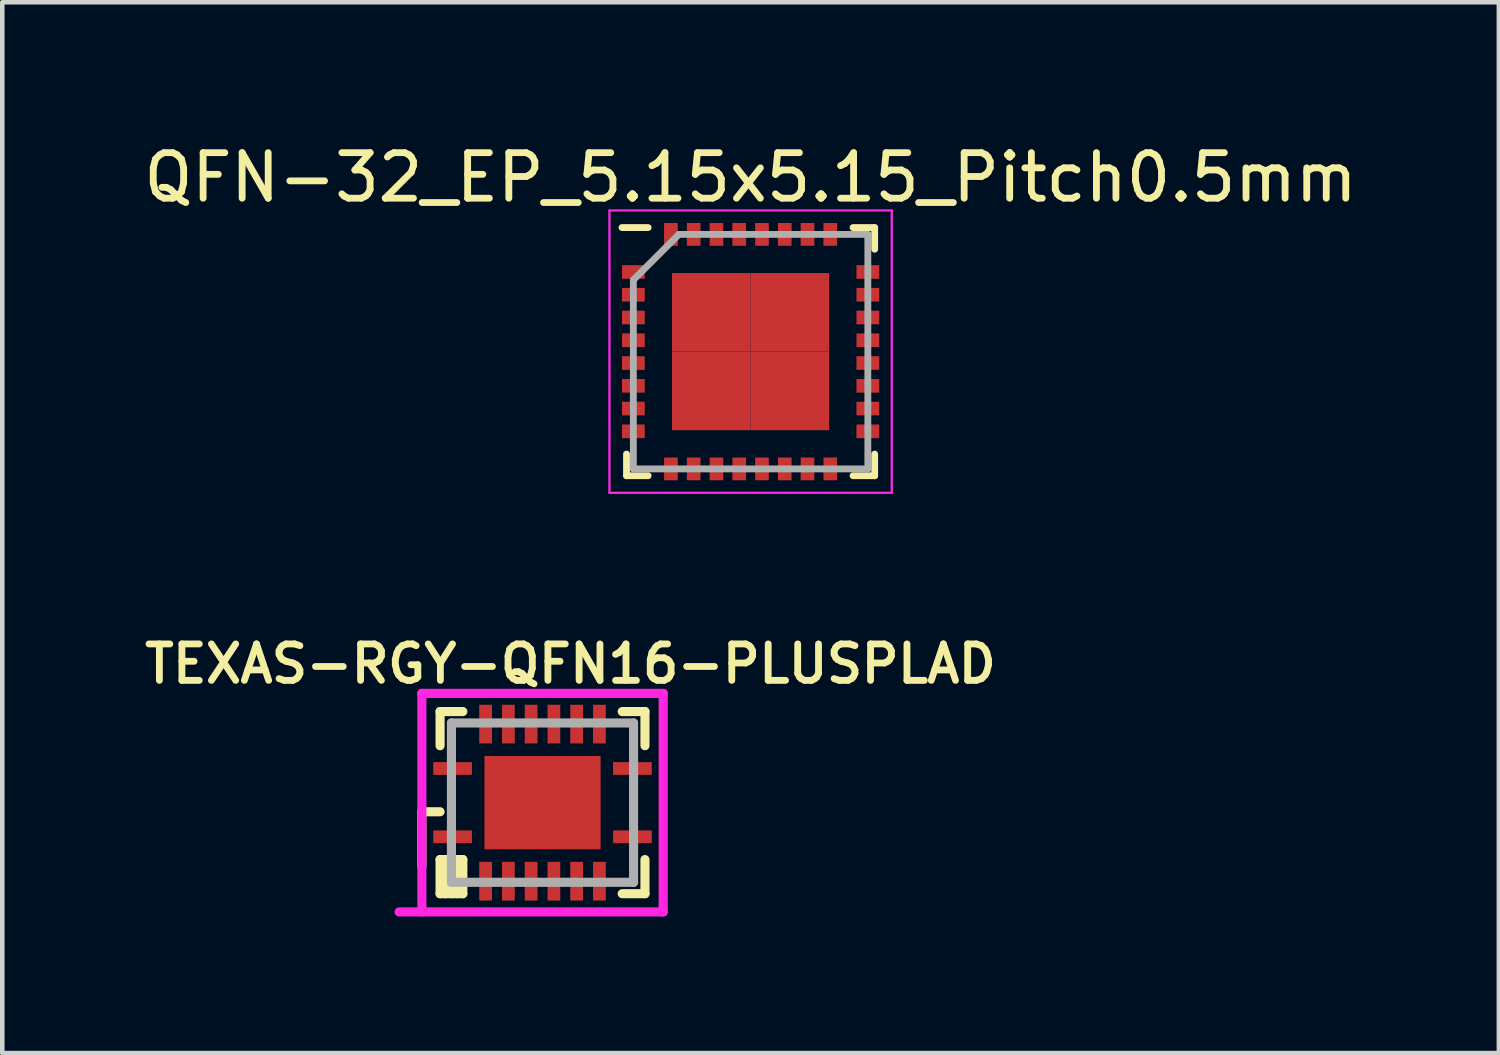
<source format=kicad_pcb>
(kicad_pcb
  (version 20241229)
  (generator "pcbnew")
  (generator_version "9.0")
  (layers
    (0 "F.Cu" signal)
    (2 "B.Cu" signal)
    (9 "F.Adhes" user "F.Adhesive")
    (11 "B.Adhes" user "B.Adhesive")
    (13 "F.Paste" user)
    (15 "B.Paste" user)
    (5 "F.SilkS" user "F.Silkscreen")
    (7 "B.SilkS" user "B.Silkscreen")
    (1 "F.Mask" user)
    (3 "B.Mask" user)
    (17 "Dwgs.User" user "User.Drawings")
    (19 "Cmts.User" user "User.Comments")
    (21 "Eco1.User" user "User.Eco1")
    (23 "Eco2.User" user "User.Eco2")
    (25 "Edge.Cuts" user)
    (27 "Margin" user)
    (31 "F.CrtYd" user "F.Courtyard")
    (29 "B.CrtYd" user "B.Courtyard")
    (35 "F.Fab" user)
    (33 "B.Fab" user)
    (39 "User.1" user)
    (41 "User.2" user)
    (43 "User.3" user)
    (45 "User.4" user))
  (footprint "TEXAS-RGY-QFN16-PLUSPLAD"
    (layer "F.Cu")
    (at 8.615 14.578)
    (property "Reference" "TEXAS-RGY-QFN16-PLUSPLAD" (at 0.864 -3.048 0) (layer "F.SilkS") (effects (font (size 0.8 0.8) (thickness 0.15))))
    (attr through_hole)
    (fp_line (start -2.4 0.2) (end -2.4 1.4) (stroke (width 0.2) (type solid)) (layer "F.SilkS"))
    (fp_line (start -2 -2) (end -1.5 -2) (stroke (width 0.2) (type solid)) (layer "F.SilkS"))
    (fp_line (start -2 -1.25) (end -2 -2) (stroke (width 0.2) (type solid)) (layer "F.SilkS"))
    (fp_line (start -2 0.2) (end -2.4 0.2) (stroke (width 0.2) (type solid)) (layer "F.SilkS"))
    (fp_line (start -2 1.25) (end -1.5 1.25) (stroke (width 0.2) (type solid)) (layer "F.SilkS"))
    (fp_line (start -2 2) (end -2 1.25) (stroke (width 0.2) (type solid)) (layer "F.SilkS"))
    (fp_line (start -1.875 1.25) (end -1.875 2) (stroke (width 0.2) (type solid)) (layer "F.SilkS"))
    (fp_line (start -1.75 2) (end -1.75 1.25) (stroke (width 0.2) (type solid)) (layer "F.SilkS"))
    (fp_line (start -1.625 1.25) (end -1.625 2) (stroke (width 0.2) (type solid)) (layer "F.SilkS"))
    (fp_line (start -1.5 1.25) (end -1.5 2) (stroke (width 0.2) (type solid)) (layer "F.SilkS"))
    (fp_line (start -1.5 2) (end -2 2) (stroke (width 0.2) (type solid)) (layer "F.SilkS"))
    (fp_line (start 2 -2) (end 2.5 -2) (stroke (width 0.2) (type solid)) (layer "F.SilkS"))
    (fp_line (start 2.5 -2) (end 2.5 -1.25) (stroke (width 0.2) (type solid)) (layer "F.SilkS"))
    (fp_line (start 2.5 1.25) (end 2.5 2) (stroke (width 0.2) (type solid)) (layer "F.SilkS"))
    (fp_line (start 2.5 2) (end 2 2) (stroke (width 0.2) (type solid)) (layer "F.SilkS"))
    (fp_line (start -2.4 -2.4) (end 2.9 -2.4) (stroke (width 0.2) (type solid)) (layer "F.CrtYd"))
    (fp_line (start -2.4 2.4) (end -2.4 -2.4) (stroke (width 0.2) (type solid)) (layer "F.CrtYd"))
    (fp_line (start 2.9 -2.4) (end 2.9 2.4) (stroke (width 0.2) (type solid)) (layer "F.CrtYd"))
    (fp_line (start 2.9 2.4) (end -2.9 2.4) (stroke (width 0.2) (type solid)) (layer "F.CrtYd"))
    (fp_line (start -1.75 -1.75) (end 2.25 -1.75) (stroke (width 0.2) (type solid)) (layer "F.Fab"))
    (fp_line (start -1.75 1.75) (end -1.75 -1.75) (stroke (width 0.2) (type solid)) (layer "F.Fab"))
    (fp_line (start 2.25 -1.75) (end 2.25 1.75) (stroke (width 0.2) (type solid)) (layer "F.Fab"))
    (fp_line (start 2.25 1.75) (end -1.75 1.75) (stroke (width 0.2) (type solid)) (layer "F.Fab"))
    (pad "1" smd rect (at -1.725 0.75) (size 0.85 0.28) (layers "F.Cu" "F.Mask" "F.Paste"))
    (pad "2" smd rect (at -1 1.725) (size 0.28 0.85) (layers "F.Cu" "F.Mask" "F.Paste"))
    (pad "3" smd rect (at -0.5 1.725) (size 0.28 0.85) (layers "F.Cu" "F.Mask" "F.Paste"))
    (pad "4" smd rect (at 0 1.725) (size 0.28 0.85) (layers "F.Cu" "F.Mask" "F.Paste"))
    (pad "5" smd rect (at 0.5 1.725) (size 0.28 0.85) (layers "F.Cu" "F.Mask" "F.Paste"))
    (pad "6" smd rect (at 1 1.725) (size 0.28 0.85) (layers "F.Cu" "F.Mask" "F.Paste"))
    (pad "7" smd rect (at 1.5 1.725) (size 0.28 0.85) (layers "F.Cu" "F.Mask" "F.Paste"))
    (pad "8" smd rect (at 0.25 0) (size 2.55 2.05) (layers "F.Cu" "F.Mask" "F.Paste"))
    (pad "8" smd rect (at 2.225 0.75) (size 0.85 0.28) (layers "F.Cu" "F.Mask" "F.Paste"))
    (pad "9" smd rect (at 2.225 -0.75) (size 0.85 0.28) (layers "F.Cu" "F.Mask" "F.Paste"))
    (pad "10" smd rect (at 1.5 -1.725) (size 0.28 0.85) (layers "F.Cu" "F.Mask" "F.Paste"))
    (pad "11" smd rect (at 1 -1.725) (size 0.28 0.85) (layers "F.Cu" "F.Mask" "F.Paste"))
    (pad "12" smd rect (at 0.5 -1.725) (size 0.28 0.85) (layers "F.Cu" "F.Mask" "F.Paste"))
    (pad "13" smd rect (at 0 -1.725) (size 0.28 0.85) (layers "F.Cu" "F.Mask" "F.Paste"))
    (pad "14" smd rect (at -0.5 -1.725) (size 0.28 0.85) (layers "F.Cu" "F.Mask" "F.Paste"))
    (pad "15" smd rect (at -1 -1.725) (size 0.28 0.85) (layers "F.Cu" "F.Mask" "F.Paste"))
    (pad "16" smd rect (at -1.725 -0.75) (size 0.85 0.28) (layers "F.Cu" "F.Mask" "F.Paste")))
  (footprint "QFN-32_EP_5.15x5.15_Pitch0.5mm"
    (layer "F.Cu")
    (at 13.435 4.673)
    (property "Reference" "QFN-32_EP_5.15x5.15_Pitch0.5mm" (at 0 -3.825 0) (layer "F.SilkS") (effects (font (size 1 1) (thickness 0.15))))
    (attr smd)
    (fp_line (start -2.725 2.725) (end -2.725 2.25) (stroke (width 0.15) (type solid)) (layer "F.SilkS"))
    (fp_line (start -2.25 -2.725) (end -2.825 -2.725) (stroke (width 0.15) (type solid)) (layer "F.SilkS"))
    (fp_line (start -2.25 2.725) (end -2.725 2.725) (stroke (width 0.15) (type solid)) (layer "F.SilkS"))
    (fp_line (start 2.25 -2.725) (end 2.725 -2.725) (stroke (width 0.15) (type solid)) (layer "F.SilkS"))
    (fp_line (start 2.25 2.725) (end 2.725 2.725) (stroke (width 0.15) (type solid)) (layer "F.SilkS"))
    (fp_line (start 2.725 -2.725) (end 2.725 -2.25) (stroke (width 0.15) (type solid)) (layer "F.SilkS"))
    (fp_line (start 2.725 2.725) (end 2.725 2.25) (stroke (width 0.15) (type solid)) (layer "F.SilkS"))
    (fp_line (start -3.1 -3.1) (end 3.1 -3.1) (stroke (width 0.05) (type solid)) (layer "F.CrtYd"))
    (fp_line (start -3.1 3.1) (end -3.1 -3.1) (stroke (width 0.05) (type solid)) (layer "F.CrtYd"))
    (fp_line (start 3.1 -3.1) (end 3.1 3.1) (stroke (width 0.05) (type solid)) (layer "F.CrtYd"))
    (fp_line (start 3.1 3.1) (end -3.1 3.1) (stroke (width 0.05) (type solid)) (layer "F.CrtYd"))
    (fp_line (start -2.575 -1.575) (end -2.575 2.575) (stroke (width 0.15) (type solid)) (layer "F.Fab"))
    (fp_line (start -2.575 2.575) (end 2.575 2.575) (stroke (width 0.15) (type solid)) (layer "F.Fab"))
    (fp_line (start -1.575 -2.575) (end -2.575 -1.575) (stroke (width 0.15) (type solid)) (layer "F.Fab"))
    (fp_line (start 2.575 -2.575) (end -1.575 -2.575) (stroke (width 0.15) (type solid)) (layer "F.Fab"))
    (fp_line (start 2.575 2.575) (end 2.575 -2.575) (stroke (width 0.15) (type solid)) (layer "F.Fab"))
    (pad "1" smd rect (at -2.575 -1.75 90) (size 0.3 0.5) (layers "F.Cu" "F.Mask" "F.Paste"))
    (pad "2" smd rect (at -2.575 -1.25 90) (size 0.3 0.5) (layers "F.Cu" "F.Mask" "F.Paste"))
    (pad "3" smd rect (at -2.575 -0.75 90) (size 0.3 0.5) (layers "F.Cu" "F.Mask" "F.Paste"))
    (pad "4" smd rect (at -2.575 -0.25 90) (size 0.3 0.5) (layers "F.Cu" "F.Mask" "F.Paste"))
    (pad "5" smd rect (at -2.575 0.25 90) (size 0.3 0.5) (layers "F.Cu" "F.Mask" "F.Paste"))
    (pad "6" smd rect (at -2.575 0.75 90) (size 0.3 0.5) (layers "F.Cu" "F.Mask" "F.Paste"))
    (pad "7" smd rect (at -2.575 1.25 90) (size 0.3 0.5) (layers "F.Cu" "F.Mask" "F.Paste"))
    (pad "8" smd rect (at -2.575 1.75 90) (size 0.3 0.5) (layers "F.Cu" "F.Mask" "F.Paste"))
    (pad "9" smd rect (at -1.75 2.575) (size 0.3 0.5) (layers "F.Cu" "F.Mask" "F.Paste"))
    (pad "10" smd rect (at -1.25 2.575) (size 0.3 0.5) (layers "F.Cu" "F.Mask" "F.Paste"))
    (pad "11" smd rect (at -0.75 2.575) (size 0.3 0.5) (layers "F.Cu" "F.Mask" "F.Paste"))
    (pad "12" smd rect (at -0.25 2.575) (size 0.3 0.5) (layers "F.Cu" "F.Mask" "F.Paste"))
    (pad "13" smd rect (at 0.25 2.575) (size 0.3 0.5) (layers "F.Cu" "F.Mask" "F.Paste"))
    (pad "14" smd rect (at 0.75 2.575) (size 0.3 0.5) (layers "F.Cu" "F.Mask" "F.Paste"))
    (pad "15" smd rect (at 1.25 2.575) (size 0.3 0.5) (layers "F.Cu" "F.Mask" "F.Paste"))
    (pad "16" smd rect (at 1.75 2.575) (size 0.3 0.5) (layers "F.Cu" "F.Mask" "F.Paste"))
    (pad "17" smd rect (at 2.575 1.75 90) (size 0.3 0.5) (layers "F.Cu" "F.Mask" "F.Paste"))
    (pad "18" smd rect (at 2.575 1.25 90) (size 0.3 0.5) (layers "F.Cu" "F.Mask" "F.Paste"))
    (pad "19" smd rect (at 2.575 0.75 90) (size 0.3 0.5) (layers "F.Cu" "F.Mask" "F.Paste"))
    (pad "20" smd rect (at 2.575 0.25 90) (size 0.3 0.5) (layers "F.Cu" "F.Mask" "F.Paste"))
    (pad "21" smd rect (at 2.575 -0.25 90) (size 0.3 0.5) (layers "F.Cu" "F.Mask" "F.Paste"))
    (pad "22" smd rect (at 2.575 -0.75 90) (size 0.3 0.5) (layers "F.Cu" "F.Mask" "F.Paste"))
    (pad "23" smd rect (at 2.575 -1.25 90) (size 0.3 0.5) (layers "F.Cu" "F.Mask" "F.Paste"))
    (pad "24" smd rect (at 2.575 -1.75 90) (size 0.3 0.5) (layers "F.Cu" "F.Mask" "F.Paste"))
    (pad "25" smd rect (at 1.75 -2.575) (size 0.3 0.5) (layers "F.Cu" "F.Mask" "F.Paste"))
    (pad "26" smd rect (at 1.25 -2.575) (size 0.3 0.5) (layers "F.Cu" "F.Mask" "F.Paste"))
    (pad "27" smd rect (at 0.75 -2.575) (size 0.3 0.5) (layers "F.Cu" "F.Mask" "F.Paste"))
    (pad "28" smd rect (at 0.25 -2.575) (size 0.3 0.5) (layers "F.Cu" "F.Mask" "F.Paste"))
    (pad "29" smd rect (at -0.25 -2.575) (size 0.3 0.5) (layers "F.Cu" "F.Mask" "F.Paste"))
    (pad "30" smd rect (at -0.75 -2.575) (size 0.3 0.5) (layers "F.Cu" "F.Mask" "F.Paste"))
    (pad "31" smd rect (at -1.25 -2.575) (size 0.3 0.5) (layers "F.Cu" "F.Mask" "F.Paste"))
    (pad "32" smd rect (at -1.75 -2.575) (size 0.3 0.5) (layers "F.Cu" "F.Mask" "F.Paste"))
    (pad "PAD" smd rect (at -0.863 -0.863) (size 1.725 1.725) (layers "F.Cu" "F.Mask" "F.Paste"))
    (pad "PAD" smd rect (at -0.863 0.863) (size 1.725 1.725) (layers "F.Cu" "F.Mask" "F.Paste"))
    (pad "PAD" smd rect (at 0.863 -0.863) (size 1.725 1.725) (layers "F.Cu" "F.Mask" "F.Paste"))
    (pad "PAD" smd rect (at 0.863 0.863) (size 1.725 1.725) (layers "F.Cu" "F.Mask" "F.Paste")))
  (gr_rect
    (start -3 -3)
    (end 29.869 20.078)
    (stroke (width 0.1) (type default))
    (fill no)
    (layer "Edge.Cuts")))
</source>
